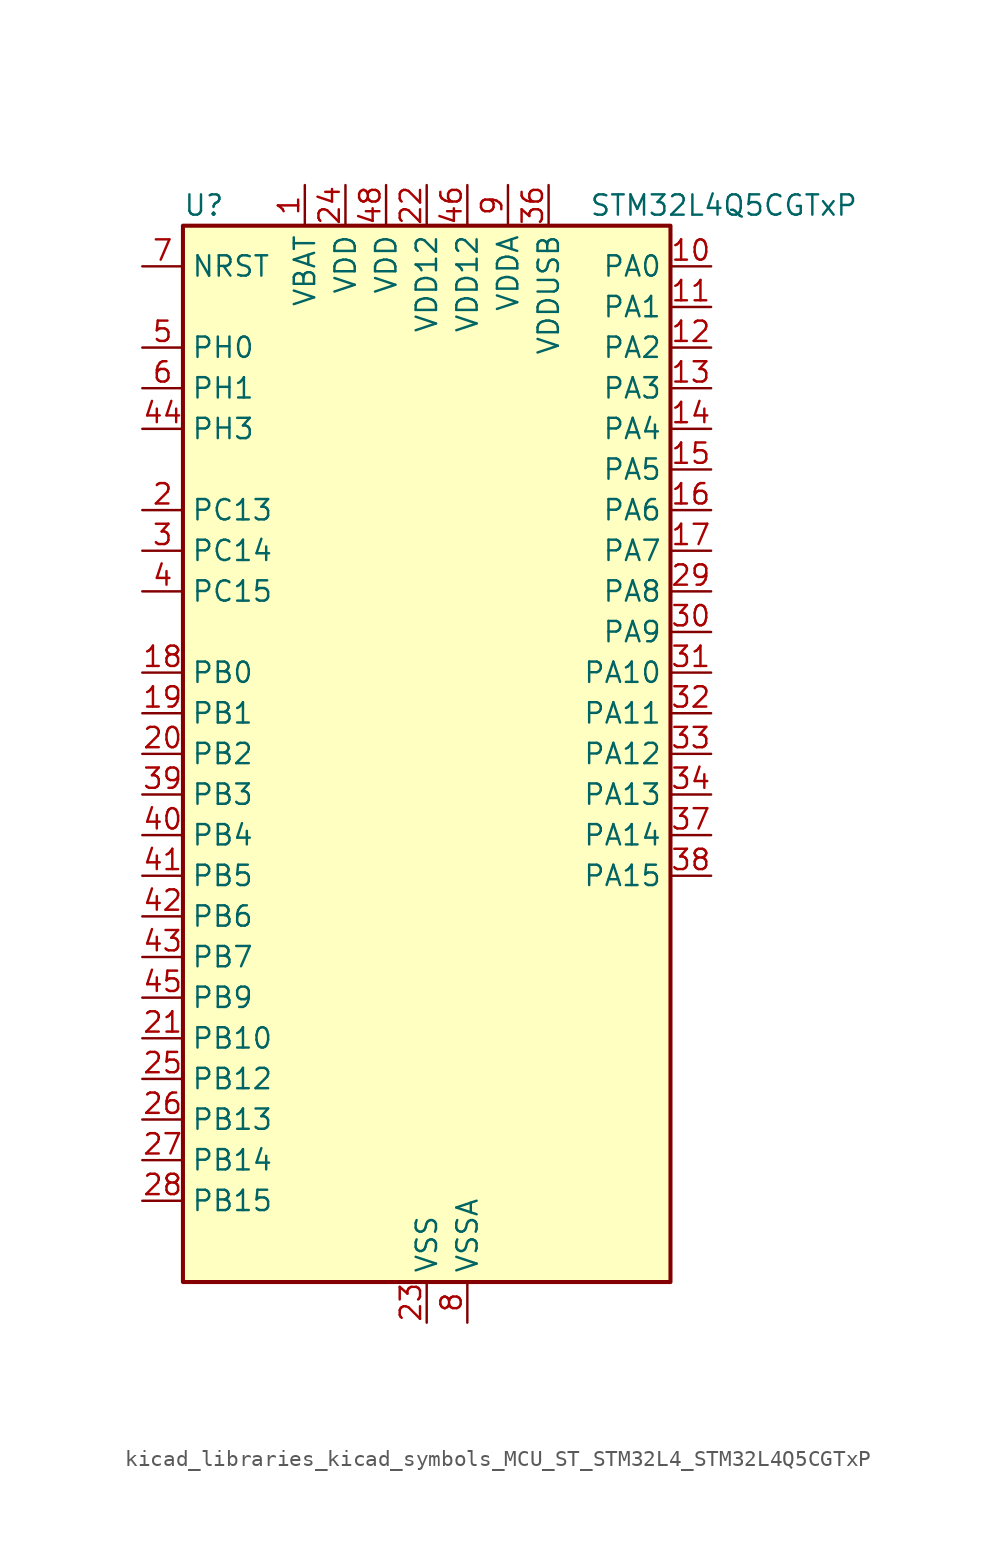
<source format=kicad_sym>
(kicad_symbol_lib
  (version 20220914)
  (generator kicad_symbol_editor)
  (symbol "kicad_libraries_kicad_symbols_MCU_ST_STM32L4_STM32L4Q5CGTxP"
    (property "Reference" "U"
      (at -15.24 34.29 0)
      (effects (font (size 1.27 1.27)) (justify left)))
    (property "Value" "STM32L4Q5CGTxP"
      (at 10.16 34.29 0)
      (effects (font (size 1.27 1.27)) (justify left)))
    (property "ki_locked" ""
      (at 0 0 0)
      (effects (font (size 1.27 1.27))))
    (symbol "kicad_libraries_kicad_symbols_MCU_ST_STM32L4_STM32L4Q5CGTxP_0_1"
      (rectangle (start -15.24 -33.02) (end 15.24 33.02) (stroke (width 0.254) (type default)) (fill (type background))))
    (symbol "kicad_libraries_kicad_symbols_MCU_ST_STM32L4_STM32L4Q5CGTxP_1_1"
      (pin power_in line (at -7.62 35.56 270) (length 2.54) (name "VBAT" (effects (font (size 1.27 1.27)))) (number "1" (effects (font (size 1.27 1.27)))))
      (pin bidirectional line (at 17.78 30.48 180) (length 2.54) (name "PA0" (effects (font (size 1.27 1.27)))) (number "10" (effects (font (size 1.27 1.27)))) (alternate "ADC1_IN5" bidirectional line) (alternate "ADC2_IN5" bidirectional line) (alternate "OPAMP1_VINP" bidirectional line) (alternate "RTC_TAMP2" bidirectional line) (alternate "SAI1_EXTCLK" bidirectional line) (alternate "SYS_WKUP1" bidirectional line) (alternate "TIM2_CH1" bidirectional line) (alternate "TIM2_ETR" bidirectional line) (alternate "TIM5_CH1" bidirectional line) (alternate "TIM8_ETR" bidirectional line) (alternate "UART4_TX" bidirectional line) (alternate "USART2_CTS" bidirectional line) (alternate "USART2_NSS" bidirectional line))
      (pin bidirectional line (at 17.78 27.94 180) (length 2.54) (name "PA1" (effects (font (size 1.27 1.27)))) (number "11" (effects (font (size 1.27 1.27)))) (alternate "ADC1_IN6" bidirectional line) (alternate "ADC2_IN6" bidirectional line) (alternate "I2C1_SMBA" bidirectional line) (alternate "OCTOSPIM_P1_DQS" bidirectional line) (alternate "OPAMP1_VINM" bidirectional line) (alternate "SDMMC2_CMD" bidirectional line) (alternate "SPI1_SCK" bidirectional line) (alternate "TIM15_CH1N" bidirectional line) (alternate "TIM2_CH2" bidirectional line) (alternate "TIM5_CH2" bidirectional line) (alternate "UART4_RX" bidirectional line) (alternate "USART2_DE" bidirectional line) (alternate "USART2_RTS" bidirectional line))
      (pin bidirectional line (at 17.78 25.4 180) (length 2.54) (name "PA2" (effects (font (size 1.27 1.27)))) (number "12" (effects (font (size 1.27 1.27)))) (alternate "ADC1_IN7" bidirectional line) (alternate "ADC2_IN7" bidirectional line) (alternate "LPUART1_TX" bidirectional line) (alternate "OCTOSPIM_P1_NCS" bidirectional line) (alternate "RCC_LSCO" bidirectional line) (alternate "SAI2_EXTCLK" bidirectional line) (alternate "SYS_WKUP4" bidirectional line) (alternate "TIM15_CH1" bidirectional line) (alternate "TIM2_CH3" bidirectional line) (alternate "TIM5_CH3" bidirectional line) (alternate "USART2_TX" bidirectional line))
      (pin bidirectional line (at 17.78 22.86 180) (length 2.54) (name "PA3" (effects (font (size 1.27 1.27)))) (number "13" (effects (font (size 1.27 1.27)))) (alternate "ADC1_IN8" bidirectional line) (alternate "ADC2_IN8" bidirectional line) (alternate "LPUART1_RX" bidirectional line) (alternate "OCTOSPIM_P1_CLK" bidirectional line) (alternate "OPAMP1_VOUT" bidirectional line) (alternate "SAI1_CK1" bidirectional line) (alternate "SAI1_MCLK_A" bidirectional line) (alternate "TIM15_CH2" bidirectional line) (alternate "TIM2_CH4" bidirectional line) (alternate "TIM5_CH4" bidirectional line) (alternate "USART2_RX" bidirectional line))
      (pin bidirectional line (at 17.78 20.32 180) (length 2.54) (name "PA4" (effects (font (size 1.27 1.27)))) (number "14" (effects (font (size 1.27 1.27)))) (alternate "ADC1_IN9" bidirectional line) (alternate "ADC2_IN9" bidirectional line) (alternate "DAC1_OUT1" bidirectional line) (alternate "LPTIM2_OUT" bidirectional line) (alternate "LTDC_CLK" bidirectional line) (alternate "OCTOSPIM_P1_NCS" bidirectional line) (alternate "SAI1_FS_B" bidirectional line) (alternate "SPI1_NSS" bidirectional line) (alternate "SPI3_NSS" bidirectional line) (alternate "USART2_CK" bidirectional line))
      (pin bidirectional line (at 17.78 17.78 180) (length 2.54) (name "PA5" (effects (font (size 1.27 1.27)))) (number "15" (effects (font (size 1.27 1.27)))) (alternate "ADC1_IN10" bidirectional line) (alternate "ADC2_IN10" bidirectional line) (alternate "DAC1_OUT2" bidirectional line) (alternate "LPTIM2_ETR" bidirectional line) (alternate "LTDC_R7" bidirectional line) (alternate "SPI1_SCK" bidirectional line) (alternate "TIM2_CH1" bidirectional line) (alternate "TIM2_ETR" bidirectional line) (alternate "TIM8_CH1N" bidirectional line))
      (pin bidirectional line (at 17.78 15.24 180) (length 2.54) (name "PA6" (effects (font (size 1.27 1.27)))) (number "16" (effects (font (size 1.27 1.27)))) (alternate "ADC1_IN11" bidirectional line) (alternate "ADC2_IN11" bidirectional line) (alternate "LPUART1_CTS" bidirectional line) (alternate "OCTOSPIM_P1_IO3" bidirectional line) (alternate "OPAMP2_VINP" bidirectional line) (alternate "SPI1_MISO" bidirectional line) (alternate "TIM16_CH1" bidirectional line) (alternate "TIM1_BKIN" bidirectional line) (alternate "TIM3_CH1" bidirectional line) (alternate "TIM8_BKIN" bidirectional line) (alternate "USART3_CTS" bidirectional line) (alternate "USART3_NSS" bidirectional line))
      (pin bidirectional line (at 17.78 12.7 180) (length 2.54) (name "PA7" (effects (font (size 1.27 1.27)))) (number "17" (effects (font (size 1.27 1.27)))) (alternate "ADC1_IN12" bidirectional line) (alternate "ADC2_IN12" bidirectional line) (alternate "I2C3_SCL" bidirectional line) (alternate "OCTOSPIM_P1_IO2" bidirectional line) (alternate "OPAMP2_VINM" bidirectional line) (alternate "SPI1_MOSI" bidirectional line) (alternate "TIM17_CH1" bidirectional line) (alternate "TIM1_CH1N" bidirectional line) (alternate "TIM3_CH2" bidirectional line) (alternate "TIM8_CH1N" bidirectional line))
      (pin bidirectional line (at -17.78 5.08 0) (length 2.54) (name "PB0" (effects (font (size 1.27 1.27)))) (number "18" (effects (font (size 1.27 1.27)))) (alternate "ADC1_IN15" bidirectional line) (alternate "ADC2_IN15" bidirectional line) (alternate "COMP1_OUT" bidirectional line) (alternate "LTDC_B6" bidirectional line) (alternate "OCTOSPIM_P1_IO1" bidirectional line) (alternate "OPAMP2_VOUT" bidirectional line) (alternate "SAI1_EXTCLK" bidirectional line) (alternate "SPI1_NSS" bidirectional line) (alternate "TIM1_CH2N" bidirectional line) (alternate "TIM3_CH3" bidirectional line) (alternate "TIM8_CH2N" bidirectional line) (alternate "USART3_CK" bidirectional line))
      (pin bidirectional line (at -17.78 2.54 0) (length 2.54) (name "PB1" (effects (font (size 1.27 1.27)))) (number "19" (effects (font (size 1.27 1.27)))) (alternate "ADC1_IN16" bidirectional line) (alternate "ADC2_IN16" bidirectional line) (alternate "COMP1_INM" bidirectional line) (alternate "DFSDM1_DATIN0" bidirectional line) (alternate "LPTIM2_IN1" bidirectional line) (alternate "LPUART1_DE" bidirectional line) (alternate "LPUART1_RTS" bidirectional line) (alternate "LTDC_G6" bidirectional line) (alternate "OCTOSPIM_P1_IO0" bidirectional line) (alternate "TIM1_CH3N" bidirectional line) (alternate "TIM3_CH4" bidirectional line) (alternate "TIM8_CH3N" bidirectional line) (alternate "USART3_DE" bidirectional line) (alternate "USART3_RTS" bidirectional line))
      (pin bidirectional line (at -17.78 15.24 0) (length 2.54) (name "PC13" (effects (font (size 1.27 1.27)))) (number "2" (effects (font (size 1.27 1.27)))) (alternate "RTC_OUT1" bidirectional line) (alternate "RTC_TAMP1" bidirectional line) (alternate "RTC_TS" bidirectional line) (alternate "SYS_WKUP2" bidirectional line))
      (pin bidirectional line (at -17.78 0 0) (length 2.54) (name "PB2" (effects (font (size 1.27 1.27)))) (number "20" (effects (font (size 1.27 1.27)))) (alternate "COMP1_INP" bidirectional line) (alternate "DFSDM1_CKIN0" bidirectional line) (alternate "I2C3_SMBA" bidirectional line) (alternate "LPTIM1_OUT" bidirectional line) (alternate "OCTOSPIM_P1_DQS" bidirectional line) (alternate "RTC_OUT2" bidirectional line))
      (pin bidirectional line (at -17.78 -17.78 0) (length 2.54) (name "PB10" (effects (font (size 1.27 1.27)))) (number "21" (effects (font (size 1.27 1.27)))) (alternate "COMP1_OUT" bidirectional line) (alternate "I2C2_SCL" bidirectional line) (alternate "I2C4_SCL" bidirectional line) (alternate "LPUART1_RX" bidirectional line) (alternate "OCTOSPIM_P1_CLK" bidirectional line) (alternate "OCTOSPIM_P1_IO3" bidirectional line) (alternate "SAI1_SCK_A" bidirectional line) (alternate "SPI2_SCK" bidirectional line) (alternate "TIM2_CH3" bidirectional line) (alternate "TSC_SYNC" bidirectional line) (alternate "USART3_TX" bidirectional line))
      (pin power_in line (at 0 35.56 270) (length 2.54) (name "VDD12" (effects (font (size 1.27 1.27)))) (number "22" (effects (font (size 1.27 1.27)))))
      (pin power_in line (at 0 -35.56 90) (length 2.54) (name "VSS" (effects (font (size 1.27 1.27)))) (number "23" (effects (font (size 1.27 1.27)))))
      (pin power_in line (at -5.08 35.56 270) (length 2.54) (name "VDD" (effects (font (size 1.27 1.27)))) (number "24" (effects (font (size 1.27 1.27)))))
      (pin bidirectional line (at -17.78 -20.32 0) (length 2.54) (name "PB12" (effects (font (size 1.27 1.27)))) (number "25" (effects (font (size 1.27 1.27)))) (alternate "DFSDM1_DATIN1" bidirectional line) (alternate "I2C2_SMBA" bidirectional line) (alternate "LPUART1_DE" bidirectional line) (alternate "LPUART1_RTS" bidirectional line) (alternate "OCTOSPIM_P1_NCLK" bidirectional line) (alternate "SAI2_FS_A" bidirectional line) (alternate "SDMMC2_CK" bidirectional line) (alternate "SPI2_NSS" bidirectional line) (alternate "TIM15_BKIN" bidirectional line) (alternate "TIM1_BKIN" bidirectional line) (alternate "TSC_G1_IO1" bidirectional line) (alternate "USART3_CK" bidirectional line))
      (pin bidirectional line (at -17.78 -22.86 0) (length 2.54) (name "PB13" (effects (font (size 1.27 1.27)))) (number "26" (effects (font (size 1.27 1.27)))) (alternate "DFSDM1_CKIN1" bidirectional line) (alternate "I2C2_SCL" bidirectional line) (alternate "LPUART1_CTS" bidirectional line) (alternate "OCTOSPIM_P1_IO1" bidirectional line) (alternate "SAI2_SCK_A" bidirectional line) (alternate "SPI2_SCK" bidirectional line) (alternate "TIM15_CH1N" bidirectional line) (alternate "TIM1_CH1N" bidirectional line) (alternate "TSC_G1_IO2" bidirectional line) (alternate "USART3_CTS" bidirectional line) (alternate "USART3_NSS" bidirectional line))
      (pin bidirectional line (at -17.78 -25.4 0) (length 2.54) (name "PB14" (effects (font (size 1.27 1.27)))) (number "27" (effects (font (size 1.27 1.27)))) (alternate "DFSDM1_DATIN2" bidirectional line) (alternate "I2C2_SDA" bidirectional line) (alternate "OCTOSPIM_P1_IO6" bidirectional line) (alternate "SAI2_MCLK_A" bidirectional line) (alternate "SDMMC2_D0" bidirectional line) (alternate "SPI2_MISO" bidirectional line) (alternate "TIM15_CH1" bidirectional line) (alternate "TIM1_CH2N" bidirectional line) (alternate "TIM8_CH2N" bidirectional line) (alternate "TSC_G1_IO3" bidirectional line) (alternate "USART3_DE" bidirectional line) (alternate "USART3_RTS" bidirectional line))
      (pin bidirectional line (at -17.78 -27.94 0) (length 2.54) (name "PB15" (effects (font (size 1.27 1.27)))) (number "28" (effects (font (size 1.27 1.27)))) (alternate "ADC1_EXTI15" bidirectional line) (alternate "ADC2_EXTI15" bidirectional line) (alternate "DFSDM1_CKIN2" bidirectional line) (alternate "OCTOSPIM_P1_IO7" bidirectional line) (alternate "RTC_REFIN" bidirectional line) (alternate "SAI2_SD_A" bidirectional line) (alternate "SDMMC2_D1" bidirectional line) (alternate "SPI2_MOSI" bidirectional line) (alternate "TIM15_CH2" bidirectional line) (alternate "TIM1_CH3N" bidirectional line) (alternate "TIM8_CH3N" bidirectional line) (alternate "TSC_G1_IO4" bidirectional line))
      (pin bidirectional line (at 17.78 10.16 180) (length 2.54) (name "PA8" (effects (font (size 1.27 1.27)))) (number "29" (effects (font (size 1.27 1.27)))) (alternate "LPTIM2_OUT" bidirectional line) (alternate "LTDC_B7" bidirectional line) (alternate "RCC_MCO" bidirectional line) (alternate "SAI1_CK2" bidirectional line) (alternate "SAI1_SCK_A" bidirectional line) (alternate "TIM1_CH1" bidirectional line) (alternate "USART1_CK" bidirectional line) (alternate "USB_OTG_FS_SOF" bidirectional line))
      (pin bidirectional line (at -17.78 12.7 0) (length 2.54) (name "PC14" (effects (font (size 1.27 1.27)))) (number "3" (effects (font (size 1.27 1.27)))) (alternate "RCC_OSC32_IN" bidirectional line))
      (pin bidirectional line (at 17.78 7.62 180) (length 2.54) (name "PA9" (effects (font (size 1.27 1.27)))) (number "30" (effects (font (size 1.27 1.27)))) (alternate "DAC1_EXTI9" bidirectional line) (alternate "LTDC_G7" bidirectional line) (alternate "SAI1_FS_A" bidirectional line) (alternate "SPI2_SCK" bidirectional line) (alternate "TIM15_BKIN" bidirectional line) (alternate "TIM1_CH2" bidirectional line) (alternate "USART1_TX" bidirectional line) (alternate "USB_OTG_FS_VBUS" bidirectional line))
      (pin bidirectional line (at 17.78 5.08 180) (length 2.54) (name "PA10" (effects (font (size 1.27 1.27)))) (number "31" (effects (font (size 1.27 1.27)))) (alternate "LTDC_G6" bidirectional line) (alternate "SAI1_D1" bidirectional line) (alternate "SAI1_SD_A" bidirectional line) (alternate "TIM17_BKIN" bidirectional line) (alternate "TIM1_CH3" bidirectional line) (alternate "USART1_RX" bidirectional line) (alternate "USB_OTG_FS_ID" bidirectional line))
      (pin bidirectional line (at 17.78 2.54 180) (length 2.54) (name "PA11" (effects (font (size 1.27 1.27)))) (number "32" (effects (font (size 1.27 1.27)))) (alternate "ADC1_EXTI11" bidirectional line) (alternate "ADC2_EXTI11" bidirectional line) (alternate "CAN1_RX" bidirectional line) (alternate "LTDC_DE" bidirectional line) (alternate "SPI1_MISO" bidirectional line) (alternate "TIM1_BKIN2" bidirectional line) (alternate "TIM1_CH4" bidirectional line) (alternate "USART1_CTS" bidirectional line) (alternate "USART1_NSS" bidirectional line) (alternate "USB_OTG_FS_DM" bidirectional line))
      (pin bidirectional line (at 17.78 0 180) (length 2.54) (name "PA12" (effects (font (size 1.27 1.27)))) (number "33" (effects (font (size 1.27 1.27)))) (alternate "CAN1_TX" bidirectional line) (alternate "LTDC_VSYNC" bidirectional line) (alternate "OCTOSPIM_P2_NCS" bidirectional line) (alternate "SPI1_MOSI" bidirectional line) (alternate "TIM1_ETR" bidirectional line) (alternate "USART1_DE" bidirectional line) (alternate "USART1_RTS" bidirectional line) (alternate "USB_OTG_FS_DP" bidirectional line))
      (pin bidirectional line (at 17.78 -2.54 180) (length 2.54) (name "PA13" (effects (font (size 1.27 1.27)))) (number "34" (effects (font (size 1.27 1.27)))) (alternate "IR_OUT" bidirectional line) (alternate "SAI1_SD_B" bidirectional line) (alternate "SYS_JTMS-SWDIO" bidirectional line) (alternate "USB_OTG_FS_NOE" bidirectional line))
      (pin passive line (at 0 -35.56 90) (length 2.54) hide (name "VSS" (effects (font (size 1.27 1.27)))) (number "35" (effects (font (size 1.27 1.27)))))
      (pin power_in line (at 7.62 35.56 270) (length 2.54) (name "VDDUSB" (effects (font (size 1.27 1.27)))) (number "36" (effects (font (size 1.27 1.27)))))
      (pin bidirectional line (at 17.78 -5.08 180) (length 2.54) (name "PA14" (effects (font (size 1.27 1.27)))) (number "37" (effects (font (size 1.27 1.27)))) (alternate "I2C1_SMBA" bidirectional line) (alternate "I2C4_SMBA" bidirectional line) (alternate "LPTIM1_OUT" bidirectional line) (alternate "SAI1_FS_B" bidirectional line) (alternate "SYS_JTCK-SWCLK" bidirectional line) (alternate "USB_OTG_FS_SOF" bidirectional line))
      (pin bidirectional line (at 17.78 -7.62 180) (length 2.54) (name "PA15" (effects (font (size 1.27 1.27)))) (number "38" (effects (font (size 1.27 1.27)))) (alternate "ADC1_EXTI15" bidirectional line) (alternate "ADC2_EXTI15" bidirectional line) (alternate "LTDC_HSYNC" bidirectional line) (alternate "SAI2_FS_B" bidirectional line) (alternate "SPI1_NSS" bidirectional line) (alternate "SPI3_NSS" bidirectional line) (alternate "SYS_JTDI" bidirectional line) (alternate "TIM2_CH1" bidirectional line) (alternate "TIM2_ETR" bidirectional line) (alternate "TSC_G3_IO1" bidirectional line) (alternate "UART4_DE" bidirectional line) (alternate "UART4_RTS" bidirectional line) (alternate "USART2_RX" bidirectional line) (alternate "USART3_DE" bidirectional line) (alternate "USART3_RTS" bidirectional line))
      (pin bidirectional line (at -17.78 -2.54 0) (length 2.54) (name "PB3" (effects (font (size 1.27 1.27)))) (number "39" (effects (font (size 1.27 1.27)))) (alternate "COMP2_INM" bidirectional line) (alternate "CRS_SYNC" bidirectional line) (alternate "OCTOSPIM_P1_IO4" bidirectional line) (alternate "SAI1_SCK_B" bidirectional line) (alternate "SDMMC2_D2" bidirectional line) (alternate "SPI1_SCK" bidirectional line) (alternate "SPI3_SCK" bidirectional line) (alternate "SYS_JTDO-SWO" bidirectional line) (alternate "TIM2_CH2" bidirectional line) (alternate "USART1_DE" bidirectional line) (alternate "USART1_RTS" bidirectional line))
      (pin bidirectional line (at -17.78 10.16 0) (length 2.54) (name "PC15" (effects (font (size 1.27 1.27)))) (number "4" (effects (font (size 1.27 1.27)))) (alternate "ADC1_EXTI15" bidirectional line) (alternate "ADC2_EXTI15" bidirectional line) (alternate "RCC_OSC32_OUT" bidirectional line))
      (pin bidirectional line (at -17.78 -5.08 0) (length 2.54) (name "PB4" (effects (font (size 1.27 1.27)))) (number "40" (effects (font (size 1.27 1.27)))) (alternate "COMP2_INP" bidirectional line) (alternate "I2C3_SDA" bidirectional line) (alternate "OCTOSPIM_P1_IO5" bidirectional line) (alternate "SAI1_MCLK_B" bidirectional line) (alternate "SDMMC2_D3" bidirectional line) (alternate "SPI1_MISO" bidirectional line) (alternate "SPI3_MISO" bidirectional line) (alternate "SYS_JTRST" bidirectional line) (alternate "TIM17_BKIN" bidirectional line) (alternate "TIM3_CH1" bidirectional line) (alternate "TSC_G2_IO1" bidirectional line) (alternate "USART1_CTS" bidirectional line) (alternate "USART1_NSS" bidirectional line))
      (pin bidirectional line (at -17.78 -7.62 0) (length 2.54) (name "PB5" (effects (font (size 1.27 1.27)))) (number "41" (effects (font (size 1.27 1.27)))) (alternate "COMP2_OUT" bidirectional line) (alternate "I2C1_SMBA" bidirectional line) (alternate "LPTIM1_IN1" bidirectional line) (alternate "OCTOSPIM_P1_IO0" bidirectional line) (alternate "SAI1_SD_B" bidirectional line) (alternate "SPI1_MOSI" bidirectional line) (alternate "SPI3_MOSI" bidirectional line) (alternate "TIM16_BKIN" bidirectional line) (alternate "TIM3_CH2" bidirectional line) (alternate "TSC_G2_IO2" bidirectional line) (alternate "USART1_CK" bidirectional line))
      (pin bidirectional line (at -17.78 -10.16 0) (length 2.54) (name "PB6" (effects (font (size 1.27 1.27)))) (number "42" (effects (font (size 1.27 1.27)))) (alternate "COMP2_INP" bidirectional line) (alternate "I2C1_SCL" bidirectional line) (alternate "I2C4_SCL" bidirectional line) (alternate "LPTIM1_ETR" bidirectional line) (alternate "LTDC_R6" bidirectional line) (alternate "SAI1_FS_B" bidirectional line) (alternate "TIM16_CH1N" bidirectional line) (alternate "TIM4_CH1" bidirectional line) (alternate "TIM8_BKIN2" bidirectional line) (alternate "TSC_G2_IO3" bidirectional line) (alternate "USART1_TX" bidirectional line))
      (pin bidirectional line (at -17.78 -12.7 0) (length 2.54) (name "PB7" (effects (font (size 1.27 1.27)))) (number "43" (effects (font (size 1.27 1.27)))) (alternate "COMP2_INM" bidirectional line) (alternate "I2C1_SDA" bidirectional line) (alternate "I2C4_SDA" bidirectional line) (alternate "LPTIM1_IN2" bidirectional line) (alternate "LTDC_VSYNC" bidirectional line) (alternate "SYS_PVD_IN" bidirectional line) (alternate "TIM17_CH1N" bidirectional line) (alternate "TIM4_CH2" bidirectional line) (alternate "TIM8_BKIN" bidirectional line) (alternate "TSC_G2_IO4" bidirectional line) (alternate "UART4_CTS" bidirectional line) (alternate "USART1_RX" bidirectional line))
      (pin bidirectional line (at -17.78 20.32 0) (length 2.54) (name "PH3" (effects (font (size 1.27 1.27)))) (number "44" (effects (font (size 1.27 1.27)))))
      (pin bidirectional line (at -17.78 -15.24 0) (length 2.54) (name "PB9" (effects (font (size 1.27 1.27)))) (number "45" (effects (font (size 1.27 1.27)))) (alternate "CAN1_TX" bidirectional line) (alternate "DAC1_EXTI9" bidirectional line) (alternate "I2C1_SDA" bidirectional line) (alternate "IR_OUT" bidirectional line) (alternate "SAI1_D2" bidirectional line) (alternate "SAI1_FS_A" bidirectional line) (alternate "SDMMC2_D5" bidirectional line) (alternate "SPI2_NSS" bidirectional line) (alternate "TIM17_CH1" bidirectional line) (alternate "TIM4_CH4" bidirectional line))
      (pin power_in line (at 2.54 35.56 270) (length 2.54) (name "VDD12" (effects (font (size 1.27 1.27)))) (number "46" (effects (font (size 1.27 1.27)))))
      (pin passive line (at 0 -35.56 90) (length 2.54) hide (name "VSS" (effects (font (size 1.27 1.27)))) (number "47" (effects (font (size 1.27 1.27)))))
      (pin power_in line (at -2.54 35.56 270) (length 2.54) (name "VDD" (effects (font (size 1.27 1.27)))) (number "48" (effects (font (size 1.27 1.27)))))
      (pin bidirectional line (at -17.78 25.4 0) (length 2.54) (name "PH0" (effects (font (size 1.27 1.27)))) (number "5" (effects (font (size 1.27 1.27)))) (alternate "RCC_OSC_IN" bidirectional line))
      (pin bidirectional line (at -17.78 22.86 0) (length 2.54) (name "PH1" (effects (font (size 1.27 1.27)))) (number "6" (effects (font (size 1.27 1.27)))) (alternate "RCC_OSC_OUT" bidirectional line))
      (pin input line (at -17.78 30.48 0) (length 2.54) (name "NRST" (effects (font (size 1.27 1.27)))) (number "7" (effects (font (size 1.27 1.27)))))
      (pin power_in line (at 2.54 -35.56 90) (length 2.54) (name "VSSA" (effects (font (size 1.27 1.27)))) (number "8" (effects (font (size 1.27 1.27)))))
      (pin power_in line (at 5.08 35.56 270) (length 2.54) (name "VDDA" (effects (font (size 1.27 1.27)))) (number "9" (effects (font (size 1.27 1.27))))))))
</source>
